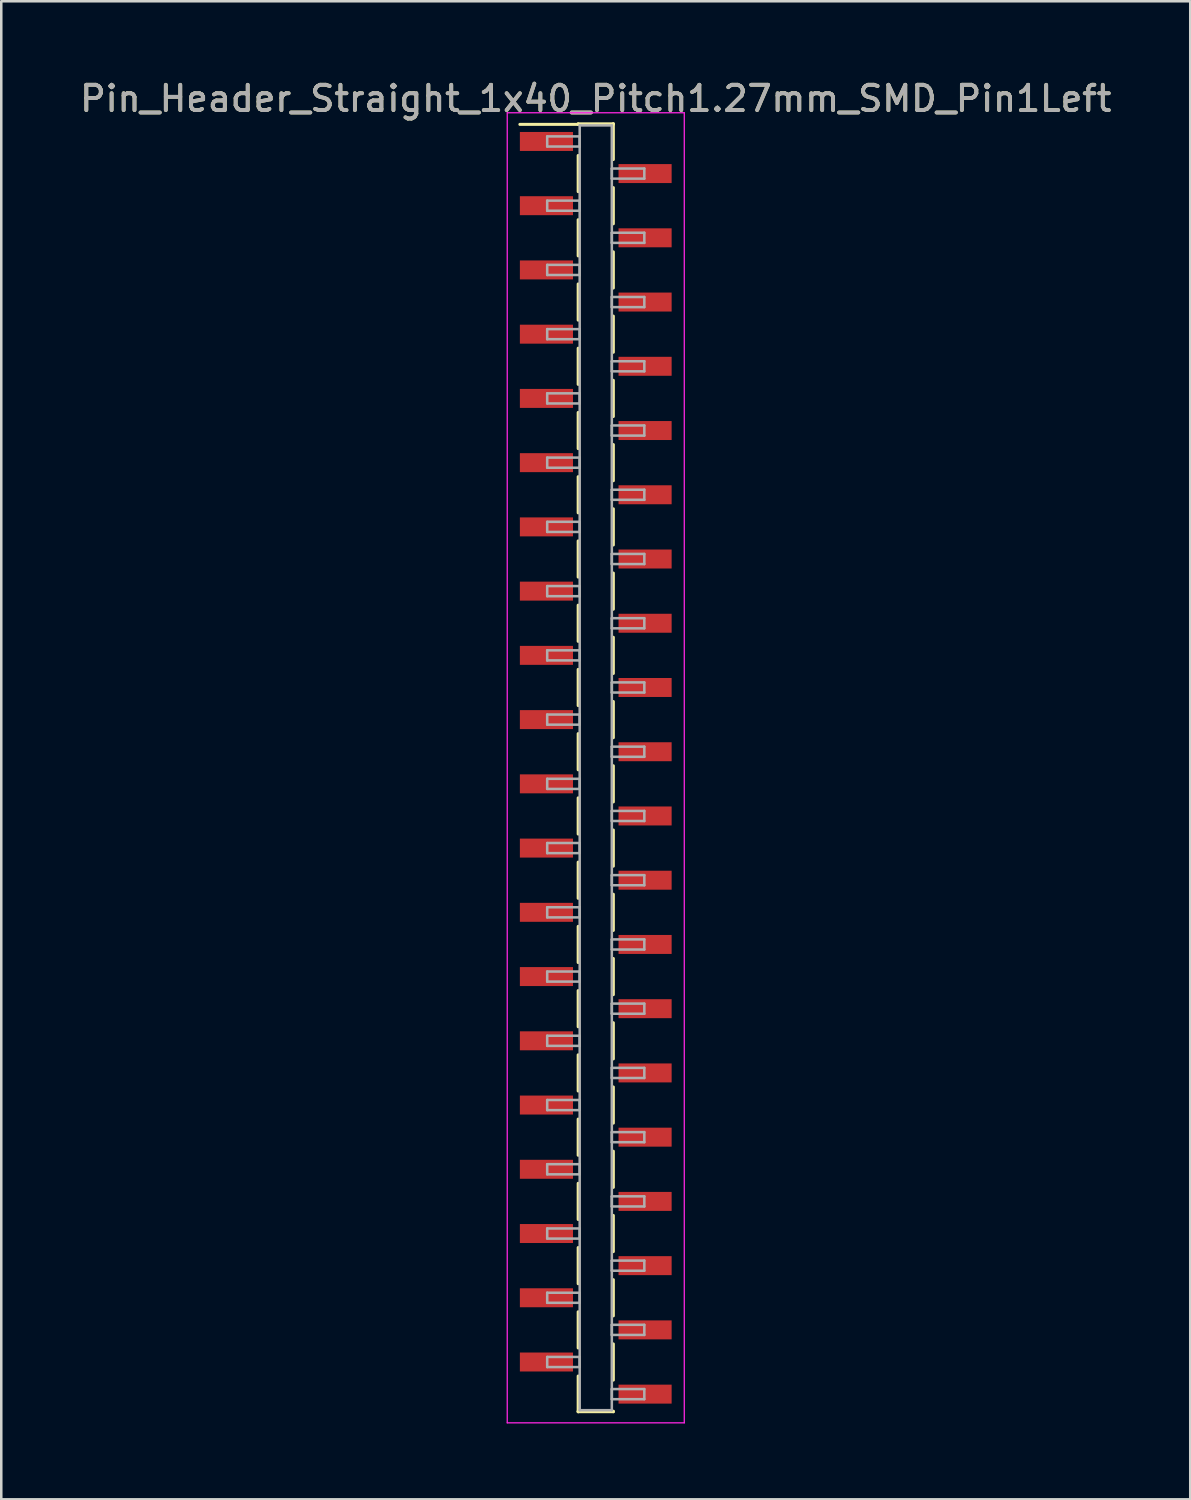
<source format=kicad_pcb>
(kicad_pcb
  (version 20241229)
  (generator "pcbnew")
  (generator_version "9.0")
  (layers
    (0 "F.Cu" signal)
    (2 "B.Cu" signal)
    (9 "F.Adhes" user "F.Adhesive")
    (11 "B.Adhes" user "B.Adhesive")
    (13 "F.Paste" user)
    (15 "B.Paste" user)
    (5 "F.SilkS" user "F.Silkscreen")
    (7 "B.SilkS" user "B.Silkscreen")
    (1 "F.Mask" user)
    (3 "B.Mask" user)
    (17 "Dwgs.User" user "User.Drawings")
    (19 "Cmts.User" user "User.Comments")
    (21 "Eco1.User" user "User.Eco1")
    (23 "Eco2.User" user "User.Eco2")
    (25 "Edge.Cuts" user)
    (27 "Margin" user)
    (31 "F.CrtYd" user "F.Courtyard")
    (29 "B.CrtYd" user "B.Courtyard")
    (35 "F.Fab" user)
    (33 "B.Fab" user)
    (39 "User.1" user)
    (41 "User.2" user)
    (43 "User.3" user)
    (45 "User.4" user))
  (footprint "Pin_Header_Straight_1x40_Pitch1.27mm_SMD_Pin1Left"
    (layer "F.Cu")
    (at 20.506 27.308)
    (property "Reference" "Pin_Header_Straight_1x40_Pitch1.27mm_SMD_Pin1Left" (at 0 -26.46 0) (layer "F.SilkS") (effects (font (size 1 1) (thickness 0.15))))
    (attr smd)
    (fp_line (start -0.695 -25.46) (end 0.695 -25.46) (stroke (width 0.12) (type solid)) (layer "F.SilkS"))
    (fp_line (start -0.695 -25.44) (end -3 -25.44) (stroke (width 0.12) (type solid)) (layer "F.SilkS"))
    (fp_line (start -0.695 -25.44) (end -0.695 -25.46) (stroke (width 0.12) (type solid)) (layer "F.SilkS"))
    (fp_line (start -0.695 -24.21) (end -0.695 -22.78) (stroke (width 0.12) (type solid)) (layer "F.SilkS"))
    (fp_line (start -0.695 -21.67) (end -0.695 -20.24) (stroke (width 0.12) (type solid)) (layer "F.SilkS"))
    (fp_line (start -0.695 -19.13) (end -0.695 -17.7) (stroke (width 0.12) (type solid)) (layer "F.SilkS"))
    (fp_line (start -0.695 -16.59) (end -0.695 -15.16) (stroke (width 0.12) (type solid)) (layer "F.SilkS"))
    (fp_line (start -0.695 -14.05) (end -0.695 -12.62) (stroke (width 0.12) (type solid)) (layer "F.SilkS"))
    (fp_line (start -0.695 -11.51) (end -0.695 -10.08) (stroke (width 0.12) (type solid)) (layer "F.SilkS"))
    (fp_line (start -0.695 -8.97) (end -0.695 -7.54) (stroke (width 0.12) (type solid)) (layer "F.SilkS"))
    (fp_line (start -0.695 -6.43) (end -0.695 -5) (stroke (width 0.12) (type solid)) (layer "F.SilkS"))
    (fp_line (start -0.695 -3.89) (end -0.695 -2.46) (stroke (width 0.12) (type solid)) (layer "F.SilkS"))
    (fp_line (start -0.695 -1.35) (end -0.695 0.08) (stroke (width 0.12) (type solid)) (layer "F.SilkS"))
    (fp_line (start -0.695 1.19) (end -0.695 2.62) (stroke (width 0.12) (type solid)) (layer "F.SilkS"))
    (fp_line (start -0.695 3.73) (end -0.695 5.16) (stroke (width 0.12) (type solid)) (layer "F.SilkS"))
    (fp_line (start -0.695 6.27) (end -0.695 7.7) (stroke (width 0.12) (type solid)) (layer "F.SilkS"))
    (fp_line (start -0.695 8.81) (end -0.695 10.24) (stroke (width 0.12) (type solid)) (layer "F.SilkS"))
    (fp_line (start -0.695 11.35) (end -0.695 12.78) (stroke (width 0.12) (type solid)) (layer "F.SilkS"))
    (fp_line (start -0.695 13.89) (end -0.695 15.32) (stroke (width 0.12) (type solid)) (layer "F.SilkS"))
    (fp_line (start -0.695 16.43) (end -0.695 17.86) (stroke (width 0.12) (type solid)) (layer "F.SilkS"))
    (fp_line (start -0.695 18.97) (end -0.695 20.4) (stroke (width 0.12) (type solid)) (layer "F.SilkS"))
    (fp_line (start -0.695 21.51) (end -0.695 22.94) (stroke (width 0.12) (type solid)) (layer "F.SilkS"))
    (fp_line (start -0.695 24.05) (end -0.695 25.46) (stroke (width 0.12) (type solid)) (layer "F.SilkS"))
    (fp_line (start -0.695 25.44) (end -0.695 25.46) (stroke (width 0.12) (type solid)) (layer "F.SilkS"))
    (fp_line (start -0.695 25.46) (end 0.695 25.46) (stroke (width 0.12) (type solid)) (layer "F.SilkS"))
    (fp_line (start 0.695 -25.46) (end 0.695 -25.44) (stroke (width 0.12) (type solid)) (layer "F.SilkS"))
    (fp_line (start 0.695 -25.46) (end 0.695 -24.05) (stroke (width 0.12) (type solid)) (layer "F.SilkS"))
    (fp_line (start 0.695 -22.94) (end 0.695 -21.51) (stroke (width 0.12) (type solid)) (layer "F.SilkS"))
    (fp_line (start 0.695 -20.4) (end 0.695 -18.97) (stroke (width 0.12) (type solid)) (layer "F.SilkS"))
    (fp_line (start 0.695 -17.86) (end 0.695 -16.43) (stroke (width 0.12) (type solid)) (layer "F.SilkS"))
    (fp_line (start 0.695 -15.32) (end 0.695 -13.89) (stroke (width 0.12) (type solid)) (layer "F.SilkS"))
    (fp_line (start 0.695 -12.78) (end 0.695 -11.35) (stroke (width 0.12) (type solid)) (layer "F.SilkS"))
    (fp_line (start 0.695 -10.24) (end 0.695 -8.81) (stroke (width 0.12) (type solid)) (layer "F.SilkS"))
    (fp_line (start 0.695 -7.7) (end 0.695 -6.27) (stroke (width 0.12) (type solid)) (layer "F.SilkS"))
    (fp_line (start 0.695 -5.16) (end 0.695 -3.73) (stroke (width 0.12) (type solid)) (layer "F.SilkS"))
    (fp_line (start 0.695 -2.62) (end 0.695 -1.19) (stroke (width 0.12) (type solid)) (layer "F.SilkS"))
    (fp_line (start 0.695 -0.08) (end 0.695 1.35) (stroke (width 0.12) (type solid)) (layer "F.SilkS"))
    (fp_line (start 0.695 2.46) (end 0.695 3.89) (stroke (width 0.12) (type solid)) (layer "F.SilkS"))
    (fp_line (start 0.695 5) (end 0.695 6.43) (stroke (width 0.12) (type solid)) (layer "F.SilkS"))
    (fp_line (start 0.695 7.54) (end 0.695 8.97) (stroke (width 0.12) (type solid)) (layer "F.SilkS"))
    (fp_line (start 0.695 10.08) (end 0.695 11.51) (stroke (width 0.12) (type solid)) (layer "F.SilkS"))
    (fp_line (start 0.695 12.62) (end 0.695 14.05) (stroke (width 0.12) (type solid)) (layer "F.SilkS"))
    (fp_line (start 0.695 15.16) (end 0.695 16.59) (stroke (width 0.12) (type solid)) (layer "F.SilkS"))
    (fp_line (start 0.695 17.7) (end 0.695 19.13) (stroke (width 0.12) (type solid)) (layer "F.SilkS"))
    (fp_line (start 0.695 20.24) (end 0.695 21.67) (stroke (width 0.12) (type solid)) (layer "F.SilkS"))
    (fp_line (start 0.695 22.78) (end 0.695 24.21) (stroke (width 0.12) (type solid)) (layer "F.SilkS"))
    (fp_line (start 0.695 25.46) (end 0.695 25.44) (stroke (width 0.12) (type solid)) (layer "F.SilkS"))
    (fp_line (start -3.5 -25.9) (end -3.5 25.9) (stroke (width 0.05) (type solid)) (layer "F.CrtYd"))
    (fp_line (start -3.5 25.9) (end 3.5 25.9) (stroke (width 0.05) (type solid)) (layer "F.CrtYd"))
    (fp_line (start 3.5 -25.9) (end -3.5 -25.9) (stroke (width 0.05) (type solid)) (layer "F.CrtYd"))
    (fp_line (start 3.5 25.9) (end 3.5 -25.9) (stroke (width 0.05) (type solid)) (layer "F.CrtYd"))
    (fp_line (start -1.92 -24.965) (end -0.635 -24.965) (stroke (width 0.1) (type solid)) (layer "F.Fab"))
    (fp_line (start -1.92 -24.565) (end -1.92 -24.965) (stroke (width 0.1) (type solid)) (layer "F.Fab"))
    (fp_line (start -1.92 -22.425) (end -0.635 -22.425) (stroke (width 0.1) (type solid)) (layer "F.Fab"))
    (fp_line (start -1.92 -22.025) (end -1.92 -22.425) (stroke (width 0.1) (type solid)) (layer "F.Fab"))
    (fp_line (start -1.92 -19.885) (end -0.635 -19.885) (stroke (width 0.1) (type solid)) (layer "F.Fab"))
    (fp_line (start -1.92 -19.485) (end -1.92 -19.885) (stroke (width 0.1) (type solid)) (layer "F.Fab"))
    (fp_line (start -1.92 -17.345) (end -0.635 -17.345) (stroke (width 0.1) (type solid)) (layer "F.Fab"))
    (fp_line (start -1.92 -16.945) (end -1.92 -17.345) (stroke (width 0.1) (type solid)) (layer "F.Fab"))
    (fp_line (start -1.92 -14.805) (end -0.635 -14.805) (stroke (width 0.1) (type solid)) (layer "F.Fab"))
    (fp_line (start -1.92 -14.405) (end -1.92 -14.805) (stroke (width 0.1) (type solid)) (layer "F.Fab"))
    (fp_line (start -1.92 -12.265) (end -0.635 -12.265) (stroke (width 0.1) (type solid)) (layer "F.Fab"))
    (fp_line (start -1.92 -11.865) (end -1.92 -12.265) (stroke (width 0.1) (type solid)) (layer "F.Fab"))
    (fp_line (start -1.92 -9.725) (end -0.635 -9.725) (stroke (width 0.1) (type solid)) (layer "F.Fab"))
    (fp_line (start -1.92 -9.325) (end -1.92 -9.725) (stroke (width 0.1) (type solid)) (layer "F.Fab"))
    (fp_line (start -1.92 -7.185) (end -0.635 -7.185) (stroke (width 0.1) (type solid)) (layer "F.Fab"))
    (fp_line (start -1.92 -6.785) (end -1.92 -7.185) (stroke (width 0.1) (type solid)) (layer "F.Fab"))
    (fp_line (start -1.92 -4.645) (end -0.635 -4.645) (stroke (width 0.1) (type solid)) (layer "F.Fab"))
    (fp_line (start -1.92 -4.245) (end -1.92 -4.645) (stroke (width 0.1) (type solid)) (layer "F.Fab"))
    (fp_line (start -1.92 -2.105) (end -0.635 -2.105) (stroke (width 0.1) (type solid)) (layer "F.Fab"))
    (fp_line (start -1.92 -1.705) (end -1.92 -2.105) (stroke (width 0.1) (type solid)) (layer "F.Fab"))
    (fp_line (start -1.92 0.435) (end -0.635 0.435) (stroke (width 0.1) (type solid)) (layer "F.Fab"))
    (fp_line (start -1.92 0.835) (end -1.92 0.435) (stroke (width 0.1) (type solid)) (layer "F.Fab"))
    (fp_line (start -1.92 2.975) (end -0.635 2.975) (stroke (width 0.1) (type solid)) (layer "F.Fab"))
    (fp_line (start -1.92 3.375) (end -1.92 2.975) (stroke (width 0.1) (type solid)) (layer "F.Fab"))
    (fp_line (start -1.92 5.515) (end -0.635 5.515) (stroke (width 0.1) (type solid)) (layer "F.Fab"))
    (fp_line (start -1.92 5.915) (end -1.92 5.515) (stroke (width 0.1) (type solid)) (layer "F.Fab"))
    (fp_line (start -1.92 8.055) (end -0.635 8.055) (stroke (width 0.1) (type solid)) (layer "F.Fab"))
    (fp_line (start -1.92 8.455) (end -1.92 8.055) (stroke (width 0.1) (type solid)) (layer "F.Fab"))
    (fp_line (start -1.92 10.595) (end -0.635 10.595) (stroke (width 0.1) (type solid)) (layer "F.Fab"))
    (fp_line (start -1.92 10.995) (end -1.92 10.595) (stroke (width 0.1) (type solid)) (layer "F.Fab"))
    (fp_line (start -1.92 13.135) (end -0.635 13.135) (stroke (width 0.1) (type solid)) (layer "F.Fab"))
    (fp_line (start -1.92 13.535) (end -1.92 13.135) (stroke (width 0.1) (type solid)) (layer "F.Fab"))
    (fp_line (start -1.92 15.675) (end -0.635 15.675) (stroke (width 0.1) (type solid)) (layer "F.Fab"))
    (fp_line (start -1.92 16.075) (end -1.92 15.675) (stroke (width 0.1) (type solid)) (layer "F.Fab"))
    (fp_line (start -1.92 18.215) (end -0.635 18.215) (stroke (width 0.1) (type solid)) (layer "F.Fab"))
    (fp_line (start -1.92 18.615) (end -1.92 18.215) (stroke (width 0.1) (type solid)) (layer "F.Fab"))
    (fp_line (start -1.92 20.755) (end -0.635 20.755) (stroke (width 0.1) (type solid)) (layer "F.Fab"))
    (fp_line (start -1.92 21.155) (end -1.92 20.755) (stroke (width 0.1) (type solid)) (layer "F.Fab"))
    (fp_line (start -1.92 23.295) (end -0.635 23.295) (stroke (width 0.1) (type solid)) (layer "F.Fab"))
    (fp_line (start -1.92 23.695) (end -1.92 23.295) (stroke (width 0.1) (type solid)) (layer "F.Fab"))
    (fp_line (start -0.635 -25.4) (end -0.635 25.4) (stroke (width 0.1) (type solid)) (layer "F.Fab"))
    (fp_line (start -0.635 -24.965) (end -0.635 -24.565) (stroke (width 0.1) (type solid)) (layer "F.Fab"))
    (fp_line (start -0.635 -24.565) (end -1.92 -24.565) (stroke (width 0.1) (type solid)) (layer "F.Fab"))
    (fp_line (start -0.635 -22.425) (end -0.635 -22.025) (stroke (width 0.1) (type solid)) (layer "F.Fab"))
    (fp_line (start -0.635 -22.025) (end -1.92 -22.025) (stroke (width 0.1) (type solid)) (layer "F.Fab"))
    (fp_line (start -0.635 -19.885) (end -0.635 -19.485) (stroke (width 0.1) (type solid)) (layer "F.Fab"))
    (fp_line (start -0.635 -19.485) (end -1.92 -19.485) (stroke (width 0.1) (type solid)) (layer "F.Fab"))
    (fp_line (start -0.635 -17.345) (end -0.635 -16.945) (stroke (width 0.1) (type solid)) (layer "F.Fab"))
    (fp_line (start -0.635 -16.945) (end -1.92 -16.945) (stroke (width 0.1) (type solid)) (layer "F.Fab"))
    (fp_line (start -0.635 -14.805) (end -0.635 -14.405) (stroke (width 0.1) (type solid)) (layer "F.Fab"))
    (fp_line (start -0.635 -14.405) (end -1.92 -14.405) (stroke (width 0.1) (type solid)) (layer "F.Fab"))
    (fp_line (start -0.635 -12.265) (end -0.635 -11.865) (stroke (width 0.1) (type solid)) (layer "F.Fab"))
    (fp_line (start -0.635 -11.865) (end -1.92 -11.865) (stroke (width 0.1) (type solid)) (layer "F.Fab"))
    (fp_line (start -0.635 -9.725) (end -0.635 -9.325) (stroke (width 0.1) (type solid)) (layer "F.Fab"))
    (fp_line (start -0.635 -9.325) (end -1.92 -9.325) (stroke (width 0.1) (type solid)) (layer "F.Fab"))
    (fp_line (start -0.635 -7.185) (end -0.635 -6.785) (stroke (width 0.1) (type solid)) (layer "F.Fab"))
    (fp_line (start -0.635 -6.785) (end -1.92 -6.785) (stroke (width 0.1) (type solid)) (layer "F.Fab"))
    (fp_line (start -0.635 -4.645) (end -0.635 -4.245) (stroke (width 0.1) (type solid)) (layer "F.Fab"))
    (fp_line (start -0.635 -4.245) (end -1.92 -4.245) (stroke (width 0.1) (type solid)) (layer "F.Fab"))
    (fp_line (start -0.635 -2.105) (end -0.635 -1.705) (stroke (width 0.1) (type solid)) (layer "F.Fab"))
    (fp_line (start -0.635 -1.705) (end -1.92 -1.705) (stroke (width 0.1) (type solid)) (layer "F.Fab"))
    (fp_line (start -0.635 0.435) (end -0.635 0.835) (stroke (width 0.1) (type solid)) (layer "F.Fab"))
    (fp_line (start -0.635 0.835) (end -1.92 0.835) (stroke (width 0.1) (type solid)) (layer "F.Fab"))
    (fp_line (start -0.635 2.975) (end -0.635 3.375) (stroke (width 0.1) (type solid)) (layer "F.Fab"))
    (fp_line (start -0.635 3.375) (end -1.92 3.375) (stroke (width 0.1) (type solid)) (layer "F.Fab"))
    (fp_line (start -0.635 5.515) (end -0.635 5.915) (stroke (width 0.1) (type solid)) (layer "F.Fab"))
    (fp_line (start -0.635 5.915) (end -1.92 5.915) (stroke (width 0.1) (type solid)) (layer "F.Fab"))
    (fp_line (start -0.635 8.055) (end -0.635 8.455) (stroke (width 0.1) (type solid)) (layer "F.Fab"))
    (fp_line (start -0.635 8.455) (end -1.92 8.455) (stroke (width 0.1) (type solid)) (layer "F.Fab"))
    (fp_line (start -0.635 10.595) (end -0.635 10.995) (stroke (width 0.1) (type solid)) (layer "F.Fab"))
    (fp_line (start -0.635 10.995) (end -1.92 10.995) (stroke (width 0.1) (type solid)) (layer "F.Fab"))
    (fp_line (start -0.635 13.135) (end -0.635 13.535) (stroke (width 0.1) (type solid)) (layer "F.Fab"))
    (fp_line (start -0.635 13.535) (end -1.92 13.535) (stroke (width 0.1) (type solid)) (layer "F.Fab"))
    (fp_line (start -0.635 15.675) (end -0.635 16.075) (stroke (width 0.1) (type solid)) (layer "F.Fab"))
    (fp_line (start -0.635 16.075) (end -1.92 16.075) (stroke (width 0.1) (type solid)) (layer "F.Fab"))
    (fp_line (start -0.635 18.215) (end -0.635 18.615) (stroke (width 0.1) (type solid)) (layer "F.Fab"))
    (fp_line (start -0.635 18.615) (end -1.92 18.615) (stroke (width 0.1) (type solid)) (layer "F.Fab"))
    (fp_line (start -0.635 20.755) (end -0.635 21.155) (stroke (width 0.1) (type solid)) (layer "F.Fab"))
    (fp_line (start -0.635 21.155) (end -1.92 21.155) (stroke (width 0.1) (type solid)) (layer "F.Fab"))
    (fp_line (start -0.635 23.295) (end -0.635 23.695) (stroke (width 0.1) (type solid)) (layer "F.Fab"))
    (fp_line (start -0.635 23.695) (end -1.92 23.695) (stroke (width 0.1) (type solid)) (layer "F.Fab"))
    (fp_line (start -0.635 25.4) (end 0.635 25.4) (stroke (width 0.1) (type solid)) (layer "F.Fab"))
    (fp_line (start 0.635 -25.4) (end -0.635 -25.4) (stroke (width 0.1) (type solid)) (layer "F.Fab"))
    (fp_line (start 0.635 -23.695) (end 0.635 -23.295) (stroke (width 0.1) (type solid)) (layer "F.Fab"))
    (fp_line (start 0.635 -23.295) (end 1.92 -23.295) (stroke (width 0.1) (type solid)) (layer "F.Fab"))
    (fp_line (start 0.635 -21.155) (end 0.635 -20.755) (stroke (width 0.1) (type solid)) (layer "F.Fab"))
    (fp_line (start 0.635 -20.755) (end 1.92 -20.755) (stroke (width 0.1) (type solid)) (layer "F.Fab"))
    (fp_line (start 0.635 -18.615) (end 0.635 -18.215) (stroke (width 0.1) (type solid)) (layer "F.Fab"))
    (fp_line (start 0.635 -18.215) (end 1.92 -18.215) (stroke (width 0.1) (type solid)) (layer "F.Fab"))
    (fp_line (start 0.635 -16.075) (end 0.635 -15.675) (stroke (width 0.1) (type solid)) (layer "F.Fab"))
    (fp_line (start 0.635 -15.675) (end 1.92 -15.675) (stroke (width 0.1) (type solid)) (layer "F.Fab"))
    (fp_line (start 0.635 -13.535) (end 0.635 -13.135) (stroke (width 0.1) (type solid)) (layer "F.Fab"))
    (fp_line (start 0.635 -13.135) (end 1.92 -13.135) (stroke (width 0.1) (type solid)) (layer "F.Fab"))
    (fp_line (start 0.635 -10.995) (end 0.635 -10.595) (stroke (width 0.1) (type solid)) (layer "F.Fab"))
    (fp_line (start 0.635 -10.595) (end 1.92 -10.595) (stroke (width 0.1) (type solid)) (layer "F.Fab"))
    (fp_line (start 0.635 -8.455) (end 0.635 -8.055) (stroke (width 0.1) (type solid)) (layer "F.Fab"))
    (fp_line (start 0.635 -8.055) (end 1.92 -8.055) (stroke (width 0.1) (type solid)) (layer "F.Fab"))
    (fp_line (start 0.635 -5.915) (end 0.635 -5.515) (stroke (width 0.1) (type solid)) (layer "F.Fab"))
    (fp_line (start 0.635 -5.515) (end 1.92 -5.515) (stroke (width 0.1) (type solid)) (layer "F.Fab"))
    (fp_line (start 0.635 -3.375) (end 0.635 -2.975) (stroke (width 0.1) (type solid)) (layer "F.Fab"))
    (fp_line (start 0.635 -2.975) (end 1.92 -2.975) (stroke (width 0.1) (type solid)) (layer "F.Fab"))
    (fp_line (start 0.635 -0.835) (end 0.635 -0.435) (stroke (width 0.1) (type solid)) (layer "F.Fab"))
    (fp_line (start 0.635 -0.435) (end 1.92 -0.435) (stroke (width 0.1) (type solid)) (layer "F.Fab"))
    (fp_line (start 0.635 1.705) (end 0.635 2.105) (stroke (width 0.1) (type solid)) (layer "F.Fab"))
    (fp_line (start 0.635 2.105) (end 1.92 2.105) (stroke (width 0.1) (type solid)) (layer "F.Fab"))
    (fp_line (start 0.635 4.245) (end 0.635 4.645) (stroke (width 0.1) (type solid)) (layer "F.Fab"))
    (fp_line (start 0.635 4.645) (end 1.92 4.645) (stroke (width 0.1) (type solid)) (layer "F.Fab"))
    (fp_line (start 0.635 6.785) (end 0.635 7.185) (stroke (width 0.1) (type solid)) (layer "F.Fab"))
    (fp_line (start 0.635 7.185) (end 1.92 7.185) (stroke (width 0.1) (type solid)) (layer "F.Fab"))
    (fp_line (start 0.635 9.325) (end 0.635 9.725) (stroke (width 0.1) (type solid)) (layer "F.Fab"))
    (fp_line (start 0.635 9.725) (end 1.92 9.725) (stroke (width 0.1) (type solid)) (layer "F.Fab"))
    (fp_line (start 0.635 11.865) (end 0.635 12.265) (stroke (width 0.1) (type solid)) (layer "F.Fab"))
    (fp_line (start 0.635 12.265) (end 1.92 12.265) (stroke (width 0.1) (type solid)) (layer "F.Fab"))
    (fp_line (start 0.635 14.405) (end 0.635 14.805) (stroke (width 0.1) (type solid)) (layer "F.Fab"))
    (fp_line (start 0.635 14.805) (end 1.92 14.805) (stroke (width 0.1) (type solid)) (layer "F.Fab"))
    (fp_line (start 0.635 16.945) (end 0.635 17.345) (stroke (width 0.1) (type solid)) (layer "F.Fab"))
    (fp_line (start 0.635 17.345) (end 1.92 17.345) (stroke (width 0.1) (type solid)) (layer "F.Fab"))
    (fp_line (start 0.635 19.485) (end 0.635 19.885) (stroke (width 0.1) (type solid)) (layer "F.Fab"))
    (fp_line (start 0.635 19.885) (end 1.92 19.885) (stroke (width 0.1) (type solid)) (layer "F.Fab"))
    (fp_line (start 0.635 22.025) (end 0.635 22.425) (stroke (width 0.1) (type solid)) (layer "F.Fab"))
    (fp_line (start 0.635 22.425) (end 1.92 22.425) (stroke (width 0.1) (type solid)) (layer "F.Fab"))
    (fp_line (start 0.635 24.565) (end 0.635 24.965) (stroke (width 0.1) (type solid)) (layer "F.Fab"))
    (fp_line (start 0.635 24.965) (end 1.92 24.965) (stroke (width 0.1) (type solid)) (layer "F.Fab"))
    (fp_line (start 0.635 25.4) (end 0.635 -25.4) (stroke (width 0.1) (type solid)) (layer "F.Fab"))
    (fp_line (start 1.92 -23.695) (end 0.635 -23.695) (stroke (width 0.1) (type solid)) (layer "F.Fab"))
    (fp_line (start 1.92 -23.295) (end 1.92 -23.695) (stroke (width 0.1) (type solid)) (layer "F.Fab"))
    (fp_line (start 1.92 -21.155) (end 0.635 -21.155) (stroke (width 0.1) (type solid)) (layer "F.Fab"))
    (fp_line (start 1.92 -20.755) (end 1.92 -21.155) (stroke (width 0.1) (type solid)) (layer "F.Fab"))
    (fp_line (start 1.92 -18.615) (end 0.635 -18.615) (stroke (width 0.1) (type solid)) (layer "F.Fab"))
    (fp_line (start 1.92 -18.215) (end 1.92 -18.615) (stroke (width 0.1) (type solid)) (layer "F.Fab"))
    (fp_line (start 1.92 -16.075) (end 0.635 -16.075) (stroke (width 0.1) (type solid)) (layer "F.Fab"))
    (fp_line (start 1.92 -15.675) (end 1.92 -16.075) (stroke (width 0.1) (type solid)) (layer "F.Fab"))
    (fp_line (start 1.92 -13.535) (end 0.635 -13.535) (stroke (width 0.1) (type solid)) (layer "F.Fab"))
    (fp_line (start 1.92 -13.135) (end 1.92 -13.535) (stroke (width 0.1) (type solid)) (layer "F.Fab"))
    (fp_line (start 1.92 -10.995) (end 0.635 -10.995) (stroke (width 0.1) (type solid)) (layer "F.Fab"))
    (fp_line (start 1.92 -10.595) (end 1.92 -10.995) (stroke (width 0.1) (type solid)) (layer "F.Fab"))
    (fp_line (start 1.92 -8.455) (end 0.635 -8.455) (stroke (width 0.1) (type solid)) (layer "F.Fab"))
    (fp_line (start 1.92 -8.055) (end 1.92 -8.455) (stroke (width 0.1) (type solid)) (layer "F.Fab"))
    (fp_line (start 1.92 -5.915) (end 0.635 -5.915) (stroke (width 0.1) (type solid)) (layer "F.Fab"))
    (fp_line (start 1.92 -5.515) (end 1.92 -5.915) (stroke (width 0.1) (type solid)) (layer "F.Fab"))
    (fp_line (start 1.92 -3.375) (end 0.635 -3.375) (stroke (width 0.1) (type solid)) (layer "F.Fab"))
    (fp_line (start 1.92 -2.975) (end 1.92 -3.375) (stroke (width 0.1) (type solid)) (layer "F.Fab"))
    (fp_line (start 1.92 -0.835) (end 0.635 -0.835) (stroke (width 0.1) (type solid)) (layer "F.Fab"))
    (fp_line (start 1.92 -0.435) (end 1.92 -0.835) (stroke (width 0.1) (type solid)) (layer "F.Fab"))
    (fp_line (start 1.92 1.705) (end 0.635 1.705) (stroke (width 0.1) (type solid)) (layer "F.Fab"))
    (fp_line (start 1.92 2.105) (end 1.92 1.705) (stroke (width 0.1) (type solid)) (layer "F.Fab"))
    (fp_line (start 1.92 4.245) (end 0.635 4.245) (stroke (width 0.1) (type solid)) (layer "F.Fab"))
    (fp_line (start 1.92 4.645) (end 1.92 4.245) (stroke (width 0.1) (type solid)) (layer "F.Fab"))
    (fp_line (start 1.92 6.785) (end 0.635 6.785) (stroke (width 0.1) (type solid)) (layer "F.Fab"))
    (fp_line (start 1.92 7.185) (end 1.92 6.785) (stroke (width 0.1) (type solid)) (layer "F.Fab"))
    (fp_line (start 1.92 9.325) (end 0.635 9.325) (stroke (width 0.1) (type solid)) (layer "F.Fab"))
    (fp_line (start 1.92 9.725) (end 1.92 9.325) (stroke (width 0.1) (type solid)) (layer "F.Fab"))
    (fp_line (start 1.92 11.865) (end 0.635 11.865) (stroke (width 0.1) (type solid)) (layer "F.Fab"))
    (fp_line (start 1.92 12.265) (end 1.92 11.865) (stroke (width 0.1) (type solid)) (layer "F.Fab"))
    (fp_line (start 1.92 14.405) (end 0.635 14.405) (stroke (width 0.1) (type solid)) (layer "F.Fab"))
    (fp_line (start 1.92 14.805) (end 1.92 14.405) (stroke (width 0.1) (type solid)) (layer "F.Fab"))
    (fp_line (start 1.92 16.945) (end 0.635 16.945) (stroke (width 0.1) (type solid)) (layer "F.Fab"))
    (fp_line (start 1.92 17.345) (end 1.92 16.945) (stroke (width 0.1) (type solid)) (layer "F.Fab"))
    (fp_line (start 1.92 19.485) (end 0.635 19.485) (stroke (width 0.1) (type solid)) (layer "F.Fab"))
    (fp_line (start 1.92 19.885) (end 1.92 19.485) (stroke (width 0.1) (type solid)) (layer "F.Fab"))
    (fp_line (start 1.92 22.025) (end 0.635 22.025) (stroke (width 0.1) (type solid)) (layer "F.Fab"))
    (fp_line (start 1.92 22.425) (end 1.92 22.025) (stroke (width 0.1) (type solid)) (layer "F.Fab"))
    (fp_line (start 1.92 24.565) (end 0.635 24.565) (stroke (width 0.1) (type solid)) (layer "F.Fab"))
    (fp_line (start 1.92 24.965) (end 1.92 24.565) (stroke (width 0.1) (type solid)) (layer "F.Fab"))
    (fp_text user "${REFERENCE}" (at 0 -26.46 0) (layer "F.Fab") (effects (font (size 1 1) (thickness 0.15))))
    (pad "1" smd rect (at -1.95 -24.765) (size 2.1 0.75) (layers "F.Cu" "F.Mask" "F.Paste"))
    (pad "2" smd rect (at 1.95 -23.495) (size 2.1 0.75) (layers "F.Cu" "F.Mask" "F.Paste"))
    (pad "3" smd rect (at -1.95 -22.225) (size 2.1 0.75) (layers "F.Cu" "F.Mask" "F.Paste"))
    (pad "4" smd rect (at 1.95 -20.955) (size 2.1 0.75) (layers "F.Cu" "F.Mask" "F.Paste"))
    (pad "5" smd rect (at -1.95 -19.685) (size 2.1 0.75) (layers "F.Cu" "F.Mask" "F.Paste"))
    (pad "6" smd rect (at 1.95 -18.415) (size 2.1 0.75) (layers "F.Cu" "F.Mask" "F.Paste"))
    (pad "7" smd rect (at -1.95 -17.145) (size 2.1 0.75) (layers "F.Cu" "F.Mask" "F.Paste"))
    (pad "8" smd rect (at 1.95 -15.875) (size 2.1 0.75) (layers "F.Cu" "F.Mask" "F.Paste"))
    (pad "9" smd rect (at -1.95 -14.605) (size 2.1 0.75) (layers "F.Cu" "F.Mask" "F.Paste"))
    (pad "10" smd rect (at 1.95 -13.335) (size 2.1 0.75) (layers "F.Cu" "F.Mask" "F.Paste"))
    (pad "11" smd rect (at -1.95 -12.065) (size 2.1 0.75) (layers "F.Cu" "F.Mask" "F.Paste"))
    (pad "12" smd rect (at 1.95 -10.795) (size 2.1 0.75) (layers "F.Cu" "F.Mask" "F.Paste"))
    (pad "13" smd rect (at -1.95 -9.525) (size 2.1 0.75) (layers "F.Cu" "F.Mask" "F.Paste"))
    (pad "14" smd rect (at 1.95 -8.255) (size 2.1 0.75) (layers "F.Cu" "F.Mask" "F.Paste"))
    (pad "15" smd rect (at -1.95 -6.985) (size 2.1 0.75) (layers "F.Cu" "F.Mask" "F.Paste"))
    (pad "16" smd rect (at 1.95 -5.715) (size 2.1 0.75) (layers "F.Cu" "F.Mask" "F.Paste"))
    (pad "17" smd rect (at -1.95 -4.445) (size 2.1 0.75) (layers "F.Cu" "F.Mask" "F.Paste"))
    (pad "18" smd rect (at 1.95 -3.175) (size 2.1 0.75) (layers "F.Cu" "F.Mask" "F.Paste"))
    (pad "19" smd rect (at -1.95 -1.905) (size 2.1 0.75) (layers "F.Cu" "F.Mask" "F.Paste"))
    (pad "20" smd rect (at 1.95 -0.635) (size 2.1 0.75) (layers "F.Cu" "F.Mask" "F.Paste"))
    (pad "21" smd rect (at -1.95 0.635) (size 2.1 0.75) (layers "F.Cu" "F.Mask" "F.Paste"))
    (pad "22" smd rect (at 1.95 1.905) (size 2.1 0.75) (layers "F.Cu" "F.Mask" "F.Paste"))
    (pad "23" smd rect (at -1.95 3.175) (size 2.1 0.75) (layers "F.Cu" "F.Mask" "F.Paste"))
    (pad "24" smd rect (at 1.95 4.445) (size 2.1 0.75) (layers "F.Cu" "F.Mask" "F.Paste"))
    (pad "25" smd rect (at -1.95 5.715) (size 2.1 0.75) (layers "F.Cu" "F.Mask" "F.Paste"))
    (pad "26" smd rect (at 1.95 6.985) (size 2.1 0.75) (layers "F.Cu" "F.Mask" "F.Paste"))
    (pad "27" smd rect (at -1.95 8.255) (size 2.1 0.75) (layers "F.Cu" "F.Mask" "F.Paste"))
    (pad "28" smd rect (at 1.95 9.525) (size 2.1 0.75) (layers "F.Cu" "F.Mask" "F.Paste"))
    (pad "29" smd rect (at -1.95 10.795) (size 2.1 0.75) (layers "F.Cu" "F.Mask" "F.Paste"))
    (pad "30" smd rect (at 1.95 12.065) (size 2.1 0.75) (layers "F.Cu" "F.Mask" "F.Paste"))
    (pad "31" smd rect (at -1.95 13.335) (size 2.1 0.75) (layers "F.Cu" "F.Mask" "F.Paste"))
    (pad "32" smd rect (at 1.95 14.605) (size 2.1 0.75) (layers "F.Cu" "F.Mask" "F.Paste"))
    (pad "33" smd rect (at -1.95 15.875) (size 2.1 0.75) (layers "F.Cu" "F.Mask" "F.Paste"))
    (pad "34" smd rect (at 1.95 17.145) (size 2.1 0.75) (layers "F.Cu" "F.Mask" "F.Paste"))
    (pad "35" smd rect (at -1.95 18.415) (size 2.1 0.75) (layers "F.Cu" "F.Mask" "F.Paste"))
    (pad "36" smd rect (at 1.95 19.685) (size 2.1 0.75) (layers "F.Cu" "F.Mask" "F.Paste"))
    (pad "37" smd rect (at -1.95 20.955) (size 2.1 0.75) (layers "F.Cu" "F.Mask" "F.Paste"))
    (pad "38" smd rect (at 1.95 22.225) (size 2.1 0.75) (layers "F.Cu" "F.Mask" "F.Paste"))
    (pad "39" smd rect (at -1.95 23.495) (size 2.1 0.75) (layers "F.Cu" "F.Mask" "F.Paste"))
    (pad "40" smd rect (at 1.95 24.765) (size 2.1 0.75) (layers "F.Cu" "F.Mask" "F.Paste")))
  (gr_rect
    (start -3 -3)
    (end 44.012 56.233)
    (stroke (width 0.1) (type default))
    (fill no)
    (layer "Edge.Cuts")))
</source>
